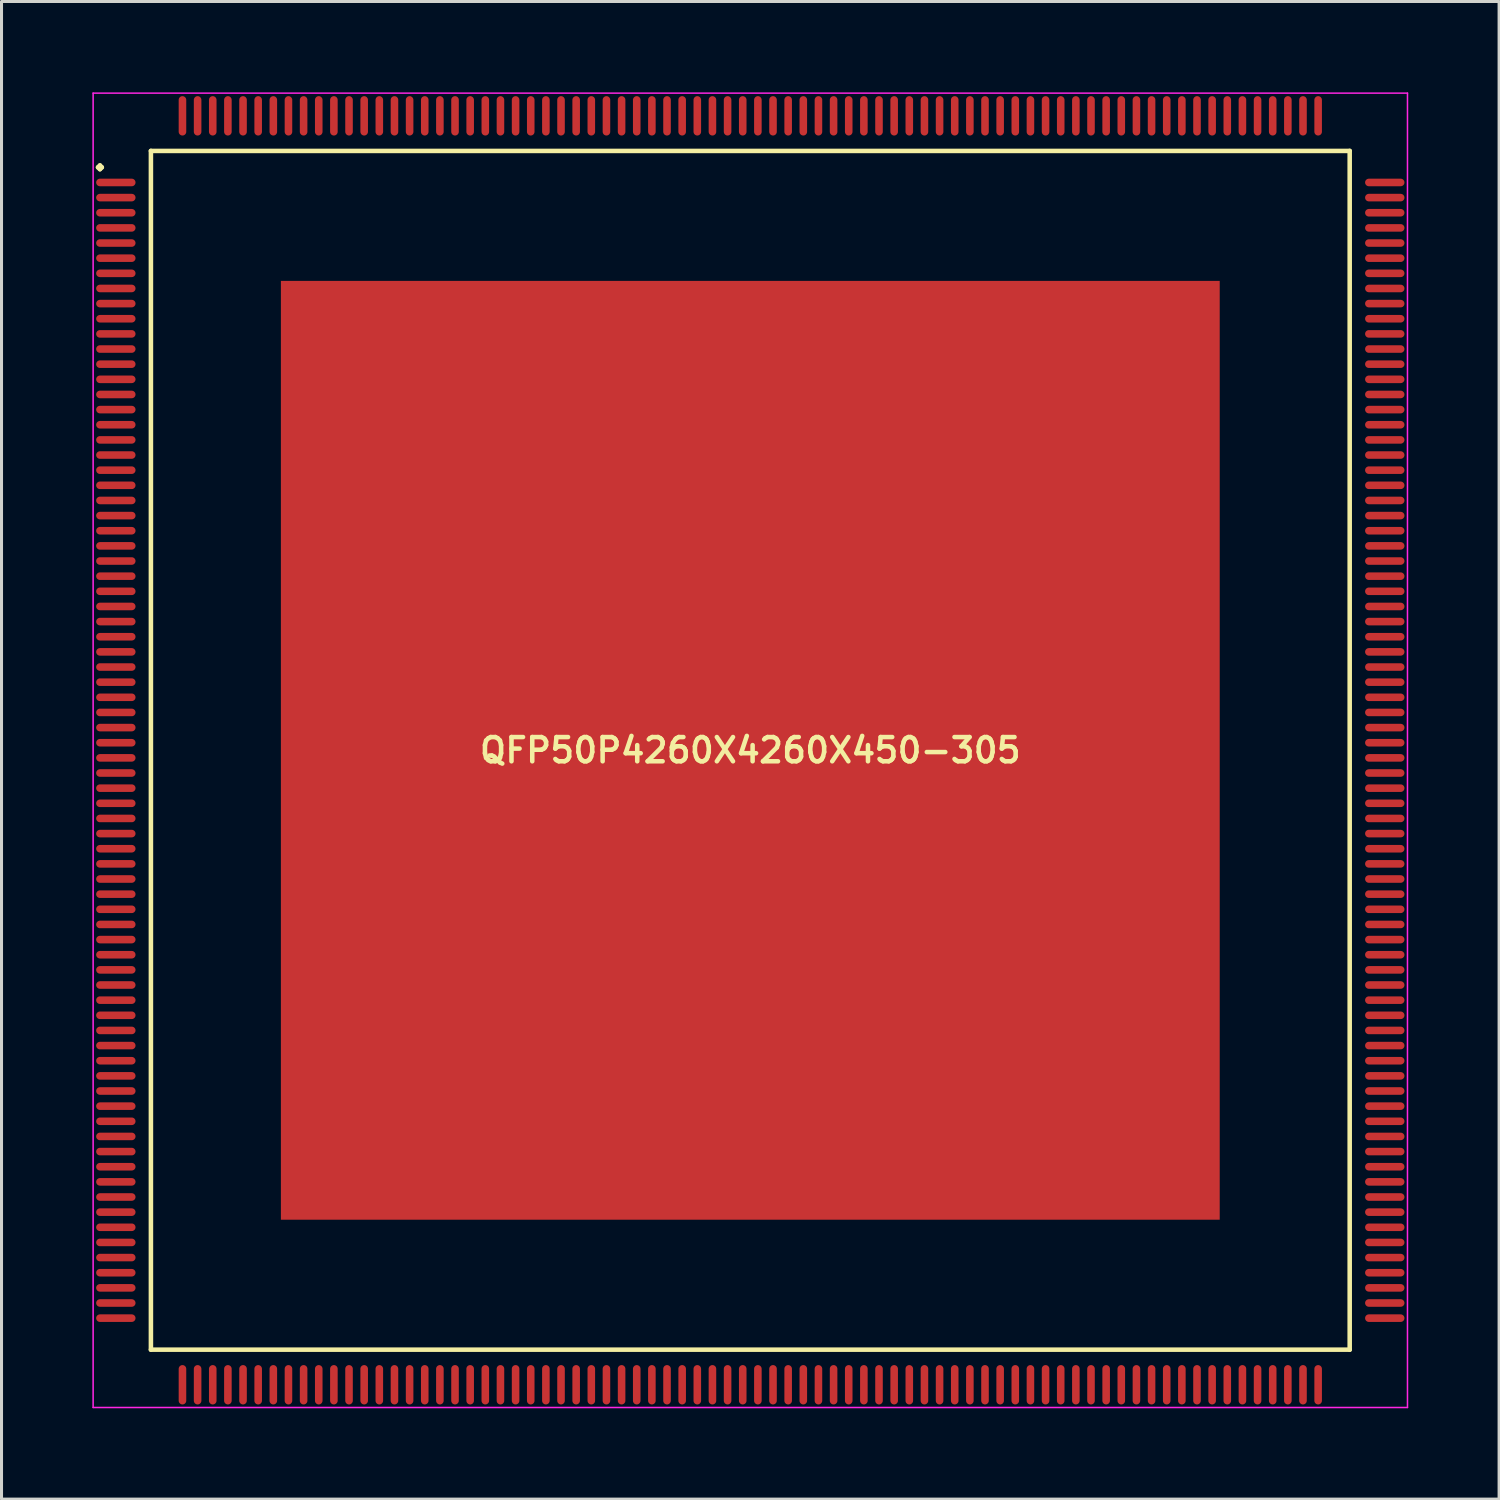
<source format=kicad_pcb>
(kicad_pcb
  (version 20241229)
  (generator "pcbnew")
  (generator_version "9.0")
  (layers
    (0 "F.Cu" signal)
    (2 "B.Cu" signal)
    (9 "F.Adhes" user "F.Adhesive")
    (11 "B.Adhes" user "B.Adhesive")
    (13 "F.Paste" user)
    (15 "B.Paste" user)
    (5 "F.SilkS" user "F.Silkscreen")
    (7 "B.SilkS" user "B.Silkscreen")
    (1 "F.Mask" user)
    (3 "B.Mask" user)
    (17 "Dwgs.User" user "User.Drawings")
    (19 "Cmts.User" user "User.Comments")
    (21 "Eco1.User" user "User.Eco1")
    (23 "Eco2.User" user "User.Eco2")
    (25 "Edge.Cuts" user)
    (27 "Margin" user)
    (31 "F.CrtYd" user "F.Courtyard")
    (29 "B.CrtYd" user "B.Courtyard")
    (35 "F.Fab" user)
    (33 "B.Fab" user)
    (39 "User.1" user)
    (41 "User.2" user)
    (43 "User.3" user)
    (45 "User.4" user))
  (footprint "QFP50P4260X4260X450-305"
    (layer "F.Cu")
    (at 21.725 21.725)
    (property "Reference" "QFP50P4260X4260X450-305" (at 0 0 0) (layer "F.SilkS") (effects (font (size 0.8 0.8) (thickness 0.15))))
    (attr smd)
    (fp_line (start -21.538 -19.25) (end -21.475 -19.312) (stroke (width 0.15) (type solid)) (layer "F.SilkS"))
    (fp_line (start -21.475 -19.312) (end -21.413 -19.25) (stroke (width 0.15) (type solid)) (layer "F.SilkS"))
    (fp_line (start -21.475 -19.188) (end -21.538 -19.25) (stroke (width 0.15) (type solid)) (layer "F.SilkS"))
    (fp_line (start -21.413 -19.25) (end -21.475 -19.188) (stroke (width 0.15) (type solid)) (layer "F.SilkS"))
    (fp_line (start -19.792 -19.792) (end -19.792 19.792) (stroke (width 0.15) (type solid)) (layer "F.SilkS"))
    (fp_line (start -19.792 19.792) (end 19.792 19.792) (stroke (width 0.15) (type solid)) (layer "F.SilkS"))
    (fp_line (start 19.792 -19.792) (end -19.792 -19.792) (stroke (width 0.15) (type solid)) (layer "F.SilkS"))
    (fp_line (start 19.792 19.792) (end 19.792 -19.792) (stroke (width 0.15) (type solid)) (layer "F.SilkS"))
    (fp_line (start -21.7 -21.7) (end 21.7 -21.7) (stroke (width 0.05) (type solid)) (layer "F.CrtYd"))
    (fp_line (start -21.7 21.7) (end -21.7 -21.7) (stroke (width 0.05) (type solid)) (layer "F.CrtYd"))
    (fp_line (start 21.7 -21.7) (end 21.7 21.7) (stroke (width 0.05) (type solid)) (layer "F.CrtYd"))
    (fp_line (start 21.7 21.7) (end -21.7 21.7) (stroke (width 0.05) (type solid)) (layer "F.CrtYd"))
    (pad "1" smd oval (at -20.95 -18.75) (size 1.3 0.25) (layers "F.Cu" "F.Mask" "F.Paste"))
    (pad "2" smd oval (at -20.95 -18.25) (size 1.3 0.25) (layers "F.Cu" "F.Mask" "F.Paste"))
    (pad "3" smd oval (at -20.95 -17.75) (size 1.3 0.25) (layers "F.Cu" "F.Mask" "F.Paste"))
    (pad "4" smd oval (at -20.95 -17.25) (size 1.3 0.25) (layers "F.Cu" "F.Mask" "F.Paste"))
    (pad "5" smd oval (at -20.95 -16.75) (size 1.3 0.25) (layers "F.Cu" "F.Mask" "F.Paste"))
    (pad "6" smd oval (at -20.95 -16.25) (size 1.3 0.25) (layers "F.Cu" "F.Mask" "F.Paste"))
    (pad "7" smd oval (at -20.95 -15.75) (size 1.3 0.25) (layers "F.Cu" "F.Mask" "F.Paste"))
    (pad "8" smd oval (at -20.95 -15.25) (size 1.3 0.25) (layers "F.Cu" "F.Mask" "F.Paste"))
    (pad "9" smd oval (at -20.95 -14.75) (size 1.3 0.25) (layers "F.Cu" "F.Mask" "F.Paste"))
    (pad "10" smd oval (at -20.95 -14.25) (size 1.3 0.25) (layers "F.Cu" "F.Mask" "F.Paste"))
    (pad "11" smd oval (at -20.95 -13.75) (size 1.3 0.25) (layers "F.Cu" "F.Mask" "F.Paste"))
    (pad "12" smd oval (at -20.95 -13.25) (size 1.3 0.25) (layers "F.Cu" "F.Mask" "F.Paste"))
    (pad "13" smd oval (at -20.95 -12.75) (size 1.3 0.25) (layers "F.Cu" "F.Mask" "F.Paste"))
    (pad "14" smd oval (at -20.95 -12.25) (size 1.3 0.25) (layers "F.Cu" "F.Mask" "F.Paste"))
    (pad "15" smd oval (at -20.95 -11.75) (size 1.3 0.25) (layers "F.Cu" "F.Mask" "F.Paste"))
    (pad "16" smd oval (at -20.95 -11.25) (size 1.3 0.25) (layers "F.Cu" "F.Mask" "F.Paste"))
    (pad "17" smd oval (at -20.95 -10.75) (size 1.3 0.25) (layers "F.Cu" "F.Mask" "F.Paste"))
    (pad "18" smd oval (at -20.95 -10.25) (size 1.3 0.25) (layers "F.Cu" "F.Mask" "F.Paste"))
    (pad "19" smd oval (at -20.95 -9.75) (size 1.3 0.25) (layers "F.Cu" "F.Mask" "F.Paste"))
    (pad "20" smd oval (at -20.95 -9.25) (size 1.3 0.25) (layers "F.Cu" "F.Mask" "F.Paste"))
    (pad "21" smd oval (at -20.95 -8.75) (size 1.3 0.25) (layers "F.Cu" "F.Mask" "F.Paste"))
    (pad "22" smd oval (at -20.95 -8.25) (size 1.3 0.25) (layers "F.Cu" "F.Mask" "F.Paste"))
    (pad "23" smd oval (at -20.95 -7.75) (size 1.3 0.25) (layers "F.Cu" "F.Mask" "F.Paste"))
    (pad "24" smd oval (at -20.95 -7.25) (size 1.3 0.25) (layers "F.Cu" "F.Mask" "F.Paste"))
    (pad "25" smd oval (at -20.95 -6.75) (size 1.3 0.25) (layers "F.Cu" "F.Mask" "F.Paste"))
    (pad "26" smd oval (at -20.95 -6.25) (size 1.3 0.25) (layers "F.Cu" "F.Mask" "F.Paste"))
    (pad "27" smd oval (at -20.95 -5.75) (size 1.3 0.25) (layers "F.Cu" "F.Mask" "F.Paste"))
    (pad "28" smd oval (at -20.95 -5.25) (size 1.3 0.25) (layers "F.Cu" "F.Mask" "F.Paste"))
    (pad "29" smd oval (at -20.95 -4.75) (size 1.3 0.25) (layers "F.Cu" "F.Mask" "F.Paste"))
    (pad "30" smd oval (at -20.95 -4.25) (size 1.3 0.25) (layers "F.Cu" "F.Mask" "F.Paste"))
    (pad "31" smd oval (at -20.95 -3.75) (size 1.3 0.25) (layers "F.Cu" "F.Mask" "F.Paste"))
    (pad "32" smd oval (at -20.95 -3.25) (size 1.3 0.25) (layers "F.Cu" "F.Mask" "F.Paste"))
    (pad "33" smd oval (at -20.95 -2.75) (size 1.3 0.25) (layers "F.Cu" "F.Mask" "F.Paste"))
    (pad "34" smd oval (at -20.95 -2.25) (size 1.3 0.25) (layers "F.Cu" "F.Mask" "F.Paste"))
    (pad "35" smd oval (at -20.95 -1.75) (size 1.3 0.25) (layers "F.Cu" "F.Mask" "F.Paste"))
    (pad "36" smd oval (at -20.95 -1.25) (size 1.3 0.25) (layers "F.Cu" "F.Mask" "F.Paste"))
    (pad "37" smd oval (at -20.95 -0.75) (size 1.3 0.25) (layers "F.Cu" "F.Mask" "F.Paste"))
    (pad "38" smd oval (at -20.95 -0.25) (size 1.3 0.25) (layers "F.Cu" "F.Mask" "F.Paste"))
    (pad "39" smd oval (at -20.95 0.25) (size 1.3 0.25) (layers "F.Cu" "F.Mask" "F.Paste"))
    (pad "40" smd oval (at -20.95 0.75) (size 1.3 0.25) (layers "F.Cu" "F.Mask" "F.Paste"))
    (pad "41" smd oval (at -20.95 1.25) (size 1.3 0.25) (layers "F.Cu" "F.Mask" "F.Paste"))
    (pad "42" smd oval (at -20.95 1.75) (size 1.3 0.25) (layers "F.Cu" "F.Mask" "F.Paste"))
    (pad "43" smd oval (at -20.95 2.25) (size 1.3 0.25) (layers "F.Cu" "F.Mask" "F.Paste"))
    (pad "44" smd oval (at -20.95 2.75) (size 1.3 0.25) (layers "F.Cu" "F.Mask" "F.Paste"))
    (pad "45" smd oval (at -20.95 3.25) (size 1.3 0.25) (layers "F.Cu" "F.Mask" "F.Paste"))
    (pad "46" smd oval (at -20.95 3.75) (size 1.3 0.25) (layers "F.Cu" "F.Mask" "F.Paste"))
    (pad "47" smd oval (at -20.95 4.25) (size 1.3 0.25) (layers "F.Cu" "F.Mask" "F.Paste"))
    (pad "48" smd oval (at -20.95 4.75) (size 1.3 0.25) (layers "F.Cu" "F.Mask" "F.Paste"))
    (pad "49" smd oval (at -20.95 5.25) (size 1.3 0.25) (layers "F.Cu" "F.Mask" "F.Paste"))
    (pad "50" smd oval (at -20.95 5.75) (size 1.3 0.25) (layers "F.Cu" "F.Mask" "F.Paste"))
    (pad "51" smd oval (at -20.95 6.25) (size 1.3 0.25) (layers "F.Cu" "F.Mask" "F.Paste"))
    (pad "52" smd oval (at -20.95 6.75) (size 1.3 0.25) (layers "F.Cu" "F.Mask" "F.Paste"))
    (pad "53" smd oval (at -20.95 7.25) (size 1.3 0.25) (layers "F.Cu" "F.Mask" "F.Paste"))
    (pad "54" smd oval (at -20.95 7.75) (size 1.3 0.25) (layers "F.Cu" "F.Mask" "F.Paste"))
    (pad "55" smd oval (at -20.95 8.25) (size 1.3 0.25) (layers "F.Cu" "F.Mask" "F.Paste"))
    (pad "56" smd oval (at -20.95 8.75) (size 1.3 0.25) (layers "F.Cu" "F.Mask" "F.Paste"))
    (pad "57" smd oval (at -20.95 9.25) (size 1.3 0.25) (layers "F.Cu" "F.Mask" "F.Paste"))
    (pad "58" smd oval (at -20.95 9.75) (size 1.3 0.25) (layers "F.Cu" "F.Mask" "F.Paste"))
    (pad "59" smd oval (at -20.95 10.25) (size 1.3 0.25) (layers "F.Cu" "F.Mask" "F.Paste"))
    (pad "60" smd oval (at -20.95 10.75) (size 1.3 0.25) (layers "F.Cu" "F.Mask" "F.Paste"))
    (pad "61" smd oval (at -20.95 11.25) (size 1.3 0.25) (layers "F.Cu" "F.Mask" "F.Paste"))
    (pad "62" smd oval (at -20.95 11.75) (size 1.3 0.25) (layers "F.Cu" "F.Mask" "F.Paste"))
    (pad "63" smd oval (at -20.95 12.25) (size 1.3 0.25) (layers "F.Cu" "F.Mask" "F.Paste"))
    (pad "64" smd oval (at -20.95 12.75) (size 1.3 0.25) (layers "F.Cu" "F.Mask" "F.Paste"))
    (pad "65" smd oval (at -20.95 13.25) (size 1.3 0.25) (layers "F.Cu" "F.Mask" "F.Paste"))
    (pad "66" smd oval (at -20.95 13.75) (size 1.3 0.25) (layers "F.Cu" "F.Mask" "F.Paste"))
    (pad "67" smd oval (at -20.95 14.25) (size 1.3 0.25) (layers "F.Cu" "F.Mask" "F.Paste"))
    (pad "68" smd oval (at -20.95 14.75) (size 1.3 0.25) (layers "F.Cu" "F.Mask" "F.Paste"))
    (pad "69" smd oval (at -20.95 15.25) (size 1.3 0.25) (layers "F.Cu" "F.Mask" "F.Paste"))
    (pad "70" smd oval (at -20.95 15.75) (size 1.3 0.25) (layers "F.Cu" "F.Mask" "F.Paste"))
    (pad "71" smd oval (at -20.95 16.25) (size 1.3 0.25) (layers "F.Cu" "F.Mask" "F.Paste"))
    (pad "72" smd oval (at -20.95 16.75) (size 1.3 0.25) (layers "F.Cu" "F.Mask" "F.Paste"))
    (pad "73" smd oval (at -20.95 17.25) (size 1.3 0.25) (layers "F.Cu" "F.Mask" "F.Paste"))
    (pad "74" smd oval (at -20.95 17.75) (size 1.3 0.25) (layers "F.Cu" "F.Mask" "F.Paste"))
    (pad "75" smd oval (at -20.95 18.25) (size 1.3 0.25) (layers "F.Cu" "F.Mask" "F.Paste"))
    (pad "76" smd oval (at -20.95 18.75) (size 1.3 0.25) (layers "F.Cu" "F.Mask" "F.Paste"))
    (pad "77" smd oval (at -18.75 20.95) (size 0.25 1.3) (layers "F.Cu" "F.Mask" "F.Paste"))
    (pad "78" smd oval (at -18.25 20.95) (size 0.25 1.3) (layers "F.Cu" "F.Mask" "F.Paste"))
    (pad "79" smd oval (at -17.75 20.95) (size 0.25 1.3) (layers "F.Cu" "F.Mask" "F.Paste"))
    (pad "80" smd oval (at -17.25 20.95) (size 0.25 1.3) (layers "F.Cu" "F.Mask" "F.Paste"))
    (pad "81" smd oval (at -16.75 20.95) (size 0.25 1.3) (layers "F.Cu" "F.Mask" "F.Paste"))
    (pad "82" smd oval (at -16.25 20.95) (size 0.25 1.3) (layers "F.Cu" "F.Mask" "F.Paste"))
    (pad "83" smd oval (at -15.75 20.95) (size 0.25 1.3) (layers "F.Cu" "F.Mask" "F.Paste"))
    (pad "84" smd oval (at -15.25 20.95) (size 0.25 1.3) (layers "F.Cu" "F.Mask" "F.Paste"))
    (pad "85" smd oval (at -14.75 20.95) (size 0.25 1.3) (layers "F.Cu" "F.Mask" "F.Paste"))
    (pad "86" smd oval (at -14.25 20.95) (size 0.25 1.3) (layers "F.Cu" "F.Mask" "F.Paste"))
    (pad "87" smd oval (at -13.75 20.95) (size 0.25 1.3) (layers "F.Cu" "F.Mask" "F.Paste"))
    (pad "88" smd oval (at -13.25 20.95) (size 0.25 1.3) (layers "F.Cu" "F.Mask" "F.Paste"))
    (pad "89" smd oval (at -12.75 20.95) (size 0.25 1.3) (layers "F.Cu" "F.Mask" "F.Paste"))
    (pad "90" smd oval (at -12.25 20.95) (size 0.25 1.3) (layers "F.Cu" "F.Mask" "F.Paste"))
    (pad "91" smd oval (at -11.75 20.95) (size 0.25 1.3) (layers "F.Cu" "F.Mask" "F.Paste"))
    (pad "92" smd oval (at -11.25 20.95) (size 0.25 1.3) (layers "F.Cu" "F.Mask" "F.Paste"))
    (pad "93" smd oval (at -10.75 20.95) (size 0.25 1.3) (layers "F.Cu" "F.Mask" "F.Paste"))
    (pad "94" smd oval (at -10.25 20.95) (size 0.25 1.3) (layers "F.Cu" "F.Mask" "F.Paste"))
    (pad "95" smd oval (at -9.75 20.95) (size 0.25 1.3) (layers "F.Cu" "F.Mask" "F.Paste"))
    (pad "96" smd oval (at -9.25 20.95) (size 0.25 1.3) (layers "F.Cu" "F.Mask" "F.Paste"))
    (pad "97" smd oval (at -8.75 20.95) (size 0.25 1.3) (layers "F.Cu" "F.Mask" "F.Paste"))
    (pad "98" smd oval (at -8.25 20.95) (size 0.25 1.3) (layers "F.Cu" "F.Mask" "F.Paste"))
    (pad "99" smd oval (at -7.75 20.95) (size 0.25 1.3) (layers "F.Cu" "F.Mask" "F.Paste"))
    (pad "100" smd oval (at -7.25 20.95) (size 0.25 1.3) (layers "F.Cu" "F.Mask" "F.Paste"))
    (pad "101" smd oval (at -6.75 20.95) (size 0.25 1.3) (layers "F.Cu" "F.Mask" "F.Paste"))
    (pad "102" smd oval (at -6.25 20.95) (size 0.25 1.3) (layers "F.Cu" "F.Mask" "F.Paste"))
    (pad "103" smd oval (at -5.75 20.95) (size 0.25 1.3) (layers "F.Cu" "F.Mask" "F.Paste"))
    (pad "104" smd oval (at -5.25 20.95) (size 0.25 1.3) (layers "F.Cu" "F.Mask" "F.Paste"))
    (pad "105" smd oval (at -4.75 20.95) (size 0.25 1.3) (layers "F.Cu" "F.Mask" "F.Paste"))
    (pad "106" smd oval (at -4.25 20.95) (size 0.25 1.3) (layers "F.Cu" "F.Mask" "F.Paste"))
    (pad "107" smd oval (at -3.75 20.95) (size 0.25 1.3) (layers "F.Cu" "F.Mask" "F.Paste"))
    (pad "108" smd oval (at -3.25 20.95) (size 0.25 1.3) (layers "F.Cu" "F.Mask" "F.Paste"))
    (pad "109" smd oval (at -2.75 20.95) (size 0.25 1.3) (layers "F.Cu" "F.Mask" "F.Paste"))
    (pad "110" smd oval (at -2.25 20.95) (size 0.25 1.3) (layers "F.Cu" "F.Mask" "F.Paste"))
    (pad "111" smd oval (at -1.75 20.95) (size 0.25 1.3) (layers "F.Cu" "F.Mask" "F.Paste"))
    (pad "112" smd oval (at -1.25 20.95) (size 0.25 1.3) (layers "F.Cu" "F.Mask" "F.Paste"))
    (pad "113" smd oval (at -0.75 20.95) (size 0.25 1.3) (layers "F.Cu" "F.Mask" "F.Paste"))
    (pad "114" smd oval (at -0.25 20.95) (size 0.25 1.3) (layers "F.Cu" "F.Mask" "F.Paste"))
    (pad "115" smd oval (at 0.25 20.95) (size 0.25 1.3) (layers "F.Cu" "F.Mask" "F.Paste"))
    (pad "116" smd oval (at 0.75 20.95) (size 0.25 1.3) (layers "F.Cu" "F.Mask" "F.Paste"))
    (pad "117" smd oval (at 1.25 20.95) (size 0.25 1.3) (layers "F.Cu" "F.Mask" "F.Paste"))
    (pad "118" smd oval (at 1.75 20.95) (size 0.25 1.3) (layers "F.Cu" "F.Mask" "F.Paste"))
    (pad "119" smd oval (at 2.25 20.95) (size 0.25 1.3) (layers "F.Cu" "F.Mask" "F.Paste"))
    (pad "120" smd oval (at 2.75 20.95) (size 0.25 1.3) (layers "F.Cu" "F.Mask" "F.Paste"))
    (pad "121" smd oval (at 3.25 20.95) (size 0.25 1.3) (layers "F.Cu" "F.Mask" "F.Paste"))
    (pad "122" smd oval (at 3.75 20.95) (size 0.25 1.3) (layers "F.Cu" "F.Mask" "F.Paste"))
    (pad "123" smd oval (at 4.25 20.95) (size 0.25 1.3) (layers "F.Cu" "F.Mask" "F.Paste"))
    (pad "124" smd oval (at 4.75 20.95) (size 0.25 1.3) (layers "F.Cu" "F.Mask" "F.Paste"))
    (pad "125" smd oval (at 5.25 20.95) (size 0.25 1.3) (layers "F.Cu" "F.Mask" "F.Paste"))
    (pad "126" smd oval (at 5.75 20.95) (size 0.25 1.3) (layers "F.Cu" "F.Mask" "F.Paste"))
    (pad "127" smd oval (at 6.25 20.95) (size 0.25 1.3) (layers "F.Cu" "F.Mask" "F.Paste"))
    (pad "128" smd oval (at 6.75 20.95) (size 0.25 1.3) (layers "F.Cu" "F.Mask" "F.Paste"))
    (pad "129" smd oval (at 7.25 20.95) (size 0.25 1.3) (layers "F.Cu" "F.Mask" "F.Paste"))
    (pad "130" smd oval (at 7.75 20.95) (size 0.25 1.3) (layers "F.Cu" "F.Mask" "F.Paste"))
    (pad "131" smd oval (at 8.25 20.95) (size 0.25 1.3) (layers "F.Cu" "F.Mask" "F.Paste"))
    (pad "132" smd oval (at 8.75 20.95) (size 0.25 1.3) (layers "F.Cu" "F.Mask" "F.Paste"))
    (pad "133" smd oval (at 9.25 20.95) (size 0.25 1.3) (layers "F.Cu" "F.Mask" "F.Paste"))
    (pad "134" smd oval (at 9.75 20.95) (size 0.25 1.3) (layers "F.Cu" "F.Mask" "F.Paste"))
    (pad "135" smd oval (at 10.25 20.95) (size 0.25 1.3) (layers "F.Cu" "F.Mask" "F.Paste"))
    (pad "136" smd oval (at 10.75 20.95) (size 0.25 1.3) (layers "F.Cu" "F.Mask" "F.Paste"))
    (pad "137" smd oval (at 11.25 20.95) (size 0.25 1.3) (layers "F.Cu" "F.Mask" "F.Paste"))
    (pad "138" smd oval (at 11.75 20.95) (size 0.25 1.3) (layers "F.Cu" "F.Mask" "F.Paste"))
    (pad "139" smd oval (at 12.25 20.95) (size 0.25 1.3) (layers "F.Cu" "F.Mask" "F.Paste"))
    (pad "140" smd oval (at 12.75 20.95) (size 0.25 1.3) (layers "F.Cu" "F.Mask" "F.Paste"))
    (pad "141" smd oval (at 13.25 20.95) (size 0.25 1.3) (layers "F.Cu" "F.Mask" "F.Paste"))
    (pad "142" smd oval (at 13.75 20.95) (size 0.25 1.3) (layers "F.Cu" "F.Mask" "F.Paste"))
    (pad "143" smd oval (at 14.25 20.95) (size 0.25 1.3) (layers "F.Cu" "F.Mask" "F.Paste"))
    (pad "144" smd oval (at 14.75 20.95) (size 0.25 1.3) (layers "F.Cu" "F.Mask" "F.Paste"))
    (pad "145" smd oval (at 15.25 20.95) (size 0.25 1.3) (layers "F.Cu" "F.Mask" "F.Paste"))
    (pad "146" smd oval (at 15.75 20.95) (size 0.25 1.3) (layers "F.Cu" "F.Mask" "F.Paste"))
    (pad "147" smd oval (at 16.25 20.95) (size 0.25 1.3) (layers "F.Cu" "F.Mask" "F.Paste"))
    (pad "148" smd oval (at 16.75 20.95) (size 0.25 1.3) (layers "F.Cu" "F.Mask" "F.Paste"))
    (pad "149" smd oval (at 17.25 20.95) (size 0.25 1.3) (layers "F.Cu" "F.Mask" "F.Paste"))
    (pad "150" smd oval (at 17.75 20.95) (size 0.25 1.3) (layers "F.Cu" "F.Mask" "F.Paste"))
    (pad "151" smd oval (at 18.25 20.95) (size 0.25 1.3) (layers "F.Cu" "F.Mask" "F.Paste"))
    (pad "152" smd oval (at 18.75 20.95) (size 0.25 1.3) (layers "F.Cu" "F.Mask" "F.Paste"))
    (pad "153" smd oval (at 20.95 18.75) (size 1.3 0.25) (layers "F.Cu" "F.Mask" "F.Paste"))
    (pad "154" smd oval (at 20.95 18.25) (size 1.3 0.25) (layers "F.Cu" "F.Mask" "F.Paste"))
    (pad "155" smd oval (at 20.95 17.75) (size 1.3 0.25) (layers "F.Cu" "F.Mask" "F.Paste"))
    (pad "156" smd oval (at 20.95 17.25) (size 1.3 0.25) (layers "F.Cu" "F.Mask" "F.Paste"))
    (pad "157" smd oval (at 20.95 16.75) (size 1.3 0.25) (layers "F.Cu" "F.Mask" "F.Paste"))
    (pad "158" smd oval (at 20.95 16.25) (size 1.3 0.25) (layers "F.Cu" "F.Mask" "F.Paste"))
    (pad "159" smd oval (at 20.95 15.75) (size 1.3 0.25) (layers "F.Cu" "F.Mask" "F.Paste"))
    (pad "160" smd oval (at 20.95 15.25) (size 1.3 0.25) (layers "F.Cu" "F.Mask" "F.Paste"))
    (pad "161" smd oval (at 20.95 14.75) (size 1.3 0.25) (layers "F.Cu" "F.Mask" "F.Paste"))
    (pad "162" smd oval (at 20.95 14.25) (size 1.3 0.25) (layers "F.Cu" "F.Mask" "F.Paste"))
    (pad "163" smd oval (at 20.95 13.75) (size 1.3 0.25) (layers "F.Cu" "F.Mask" "F.Paste"))
    (pad "164" smd oval (at 20.95 13.25) (size 1.3 0.25) (layers "F.Cu" "F.Mask" "F.Paste"))
    (pad "165" smd oval (at 20.95 12.75) (size 1.3 0.25) (layers "F.Cu" "F.Mask" "F.Paste"))
    (pad "166" smd oval (at 20.95 12.25) (size 1.3 0.25) (layers "F.Cu" "F.Mask" "F.Paste"))
    (pad "167" smd oval (at 20.95 11.75) (size 1.3 0.25) (layers "F.Cu" "F.Mask" "F.Paste"))
    (pad "168" smd oval (at 20.95 11.25) (size 1.3 0.25) (layers "F.Cu" "F.Mask" "F.Paste"))
    (pad "169" smd oval (at 20.95 10.75) (size 1.3 0.25) (layers "F.Cu" "F.Mask" "F.Paste"))
    (pad "170" smd oval (at 20.95 10.25) (size 1.3 0.25) (layers "F.Cu" "F.Mask" "F.Paste"))
    (pad "171" smd oval (at 20.95 9.75) (size 1.3 0.25) (layers "F.Cu" "F.Mask" "F.Paste"))
    (pad "172" smd oval (at 20.95 9.25) (size 1.3 0.25) (layers "F.Cu" "F.Mask" "F.Paste"))
    (pad "173" smd oval (at 20.95 8.75) (size 1.3 0.25) (layers "F.Cu" "F.Mask" "F.Paste"))
    (pad "174" smd oval (at 20.95 8.25) (size 1.3 0.25) (layers "F.Cu" "F.Mask" "F.Paste"))
    (pad "175" smd oval (at 20.95 7.75) (size 1.3 0.25) (layers "F.Cu" "F.Mask" "F.Paste"))
    (pad "176" smd oval (at 20.95 7.25) (size 1.3 0.25) (layers "F.Cu" "F.Mask" "F.Paste"))
    (pad "177" smd oval (at 20.95 6.75) (size 1.3 0.25) (layers "F.Cu" "F.Mask" "F.Paste"))
    (pad "178" smd oval (at 20.95 6.25) (size 1.3 0.25) (layers "F.Cu" "F.Mask" "F.Paste"))
    (pad "179" smd oval (at 20.95 5.75) (size 1.3 0.25) (layers "F.Cu" "F.Mask" "F.Paste"))
    (pad "180" smd oval (at 20.95 5.25) (size 1.3 0.25) (layers "F.Cu" "F.Mask" "F.Paste"))
    (pad "181" smd oval (at 20.95 4.75) (size 1.3 0.25) (layers "F.Cu" "F.Mask" "F.Paste"))
    (pad "182" smd oval (at 20.95 4.25) (size 1.3 0.25) (layers "F.Cu" "F.Mask" "F.Paste"))
    (pad "183" smd oval (at 20.95 3.75) (size 1.3 0.25) (layers "F.Cu" "F.Mask" "F.Paste"))
    (pad "184" smd oval (at 20.95 3.25) (size 1.3 0.25) (layers "F.Cu" "F.Mask" "F.Paste"))
    (pad "185" smd oval (at 20.95 2.75) (size 1.3 0.25) (layers "F.Cu" "F.Mask" "F.Paste"))
    (pad "186" smd oval (at 20.95 2.25) (size 1.3 0.25) (layers "F.Cu" "F.Mask" "F.Paste"))
    (pad "187" smd oval (at 20.95 1.75) (size 1.3 0.25) (layers "F.Cu" "F.Mask" "F.Paste"))
    (pad "188" smd oval (at 20.95 1.25) (size 1.3 0.25) (layers "F.Cu" "F.Mask" "F.Paste"))
    (pad "189" smd oval (at 20.95 0.75) (size 1.3 0.25) (layers "F.Cu" "F.Mask" "F.Paste"))
    (pad "190" smd oval (at 20.95 0.25) (size 1.3 0.25) (layers "F.Cu" "F.Mask" "F.Paste"))
    (pad "191" smd oval (at 20.95 -0.25) (size 1.3 0.25) (layers "F.Cu" "F.Mask" "F.Paste"))
    (pad "192" smd oval (at 20.95 -0.75) (size 1.3 0.25) (layers "F.Cu" "F.Mask" "F.Paste"))
    (pad "193" smd oval (at 20.95 -1.25) (size 1.3 0.25) (layers "F.Cu" "F.Mask" "F.Paste"))
    (pad "194" smd oval (at 20.95 -1.75) (size 1.3 0.25) (layers "F.Cu" "F.Mask" "F.Paste"))
    (pad "195" smd oval (at 20.95 -2.25) (size 1.3 0.25) (layers "F.Cu" "F.Mask" "F.Paste"))
    (pad "196" smd oval (at 20.95 -2.75) (size 1.3 0.25) (layers "F.Cu" "F.Mask" "F.Paste"))
    (pad "197" smd oval (at 20.95 -3.25) (size 1.3 0.25) (layers "F.Cu" "F.Mask" "F.Paste"))
    (pad "198" smd oval (at 20.95 -3.75) (size 1.3 0.25) (layers "F.Cu" "F.Mask" "F.Paste"))
    (pad "199" smd oval (at 20.95 -4.25) (size 1.3 0.25) (layers "F.Cu" "F.Mask" "F.Paste"))
    (pad "200" smd oval (at 20.95 -4.75) (size 1.3 0.25) (layers "F.Cu" "F.Mask" "F.Paste"))
    (pad "201" smd oval (at 20.95 -5.25) (size 1.3 0.25) (layers "F.Cu" "F.Mask" "F.Paste"))
    (pad "202" smd oval (at 20.95 -5.75) (size 1.3 0.25) (layers "F.Cu" "F.Mask" "F.Paste"))
    (pad "203" smd oval (at 20.95 -6.25) (size 1.3 0.25) (layers "F.Cu" "F.Mask" "F.Paste"))
    (pad "204" smd oval (at 20.95 -6.75) (size 1.3 0.25) (layers "F.Cu" "F.Mask" "F.Paste"))
    (pad "205" smd oval (at 20.95 -7.25) (size 1.3 0.25) (layers "F.Cu" "F.Mask" "F.Paste"))
    (pad "206" smd oval (at 20.95 -7.75) (size 1.3 0.25) (layers "F.Cu" "F.Mask" "F.Paste"))
    (pad "207" smd oval (at 20.95 -8.25) (size 1.3 0.25) (layers "F.Cu" "F.Mask" "F.Paste"))
    (pad "208" smd oval (at 20.95 -8.75) (size 1.3 0.25) (layers "F.Cu" "F.Mask" "F.Paste"))
    (pad "209" smd oval (at 20.95 -9.25) (size 1.3 0.25) (layers "F.Cu" "F.Mask" "F.Paste"))
    (pad "210" smd oval (at 20.95 -9.75) (size 1.3 0.25) (layers "F.Cu" "F.Mask" "F.Paste"))
    (pad "211" smd oval (at 20.95 -10.25) (size 1.3 0.25) (layers "F.Cu" "F.Mask" "F.Paste"))
    (pad "212" smd oval (at 20.95 -10.75) (size 1.3 0.25) (layers "F.Cu" "F.Mask" "F.Paste"))
    (pad "213" smd oval (at 20.95 -11.25) (size 1.3 0.25) (layers "F.Cu" "F.Mask" "F.Paste"))
    (pad "214" smd oval (at 20.95 -11.75) (size 1.3 0.25) (layers "F.Cu" "F.Mask" "F.Paste"))
    (pad "215" smd oval (at 20.95 -12.25) (size 1.3 0.25) (layers "F.Cu" "F.Mask" "F.Paste"))
    (pad "216" smd oval (at 20.95 -12.75) (size 1.3 0.25) (layers "F.Cu" "F.Mask" "F.Paste"))
    (pad "217" smd oval (at 20.95 -13.25) (size 1.3 0.25) (layers "F.Cu" "F.Mask" "F.Paste"))
    (pad "218" smd oval (at 20.95 -13.75) (size 1.3 0.25) (layers "F.Cu" "F.Mask" "F.Paste"))
    (pad "219" smd oval (at 20.95 -14.25) (size 1.3 0.25) (layers "F.Cu" "F.Mask" "F.Paste"))
    (pad "220" smd oval (at 20.95 -14.75) (size 1.3 0.25) (layers "F.Cu" "F.Mask" "F.Paste"))
    (pad "221" smd oval (at 20.95 -15.25) (size 1.3 0.25) (layers "F.Cu" "F.Mask" "F.Paste"))
    (pad "222" smd oval (at 20.95 -15.75) (size 1.3 0.25) (layers "F.Cu" "F.Mask" "F.Paste"))
    (pad "223" smd oval (at 20.95 -16.25) (size 1.3 0.25) (layers "F.Cu" "F.Mask" "F.Paste"))
    (pad "224" smd oval (at 20.95 -16.75) (size 1.3 0.25) (layers "F.Cu" "F.Mask" "F.Paste"))
    (pad "225" smd oval (at 20.95 -17.25) (size 1.3 0.25) (layers "F.Cu" "F.Mask" "F.Paste"))
    (pad "226" smd oval (at 20.95 -17.75) (size 1.3 0.25) (layers "F.Cu" "F.Mask" "F.Paste"))
    (pad "227" smd oval (at 20.95 -18.25) (size 1.3 0.25) (layers "F.Cu" "F.Mask" "F.Paste"))
    (pad "228" smd oval (at 20.95 -18.75) (size 1.3 0.25) (layers "F.Cu" "F.Mask" "F.Paste"))
    (pad "229" smd oval (at 18.75 -20.95) (size 0.25 1.3) (layers "F.Cu" "F.Mask" "F.Paste"))
    (pad "230" smd oval (at 18.25 -20.95) (size 0.25 1.3) (layers "F.Cu" "F.Mask" "F.Paste"))
    (pad "231" smd oval (at 17.75 -20.95) (size 0.25 1.3) (layers "F.Cu" "F.Mask" "F.Paste"))
    (pad "232" smd oval (at 17.25 -20.95) (size 0.25 1.3) (layers "F.Cu" "F.Mask" "F.Paste"))
    (pad "233" smd oval (at 16.75 -20.95) (size 0.25 1.3) (layers "F.Cu" "F.Mask" "F.Paste"))
    (pad "234" smd oval (at 16.25 -20.95) (size 0.25 1.3) (layers "F.Cu" "F.Mask" "F.Paste"))
    (pad "235" smd oval (at 15.75 -20.95) (size 0.25 1.3) (layers "F.Cu" "F.Mask" "F.Paste"))
    (pad "236" smd oval (at 15.25 -20.95) (size 0.25 1.3) (layers "F.Cu" "F.Mask" "F.Paste"))
    (pad "237" smd oval (at 14.75 -20.95) (size 0.25 1.3) (layers "F.Cu" "F.Mask" "F.Paste"))
    (pad "238" smd oval (at 14.25 -20.95) (size 0.25 1.3) (layers "F.Cu" "F.Mask" "F.Paste"))
    (pad "239" smd oval (at 13.75 -20.95) (size 0.25 1.3) (layers "F.Cu" "F.Mask" "F.Paste"))
    (pad "240" smd oval (at 13.25 -20.95) (size 0.25 1.3) (layers "F.Cu" "F.Mask" "F.Paste"))
    (pad "241" smd oval (at 12.75 -20.95) (size 0.25 1.3) (layers "F.Cu" "F.Mask" "F.Paste"))
    (pad "242" smd oval (at 12.25 -20.95) (size 0.25 1.3) (layers "F.Cu" "F.Mask" "F.Paste"))
    (pad "243" smd oval (at 11.75 -20.95) (size 0.25 1.3) (layers "F.Cu" "F.Mask" "F.Paste"))
    (pad "244" smd oval (at 11.25 -20.95) (size 0.25 1.3) (layers "F.Cu" "F.Mask" "F.Paste"))
    (pad "245" smd oval (at 10.75 -20.95) (size 0.25 1.3) (layers "F.Cu" "F.Mask" "F.Paste"))
    (pad "246" smd oval (at 10.25 -20.95) (size 0.25 1.3) (layers "F.Cu" "F.Mask" "F.Paste"))
    (pad "247" smd oval (at 9.75 -20.95) (size 0.25 1.3) (layers "F.Cu" "F.Mask" "F.Paste"))
    (pad "248" smd oval (at 9.25 -20.95) (size 0.25 1.3) (layers "F.Cu" "F.Mask" "F.Paste"))
    (pad "249" smd oval (at 8.75 -20.95) (size 0.25 1.3) (layers "F.Cu" "F.Mask" "F.Paste"))
    (pad "250" smd oval (at 8.25 -20.95) (size 0.25 1.3) (layers "F.Cu" "F.Mask" "F.Paste"))
    (pad "251" smd oval (at 7.75 -20.95) (size 0.25 1.3) (layers "F.Cu" "F.Mask" "F.Paste"))
    (pad "252" smd oval (at 7.25 -20.95) (size 0.25 1.3) (layers "F.Cu" "F.Mask" "F.Paste"))
    (pad "253" smd oval (at 6.75 -20.95) (size 0.25 1.3) (layers "F.Cu" "F.Mask" "F.Paste"))
    (pad "254" smd oval (at 6.25 -20.95) (size 0.25 1.3) (layers "F.Cu" "F.Mask" "F.Paste"))
    (pad "255" smd oval (at 5.75 -20.95) (size 0.25 1.3) (layers "F.Cu" "F.Mask" "F.Paste"))
    (pad "256" smd oval (at 5.25 -20.95) (size 0.25 1.3) (layers "F.Cu" "F.Mask" "F.Paste"))
    (pad "257" smd oval (at 4.75 -20.95) (size 0.25 1.3) (layers "F.Cu" "F.Mask" "F.Paste"))
    (pad "258" smd oval (at 4.25 -20.95) (size 0.25 1.3) (layers "F.Cu" "F.Mask" "F.Paste"))
    (pad "259" smd oval (at 3.75 -20.95) (size 0.25 1.3) (layers "F.Cu" "F.Mask" "F.Paste"))
    (pad "260" smd oval (at 3.25 -20.95) (size 0.25 1.3) (layers "F.Cu" "F.Mask" "F.Paste"))
    (pad "261" smd oval (at 2.75 -20.95) (size 0.25 1.3) (layers "F.Cu" "F.Mask" "F.Paste"))
    (pad "262" smd oval (at 2.25 -20.95) (size 0.25 1.3) (layers "F.Cu" "F.Mask" "F.Paste"))
    (pad "263" smd oval (at 1.75 -20.95) (size 0.25 1.3) (layers "F.Cu" "F.Mask" "F.Paste"))
    (pad "264" smd oval (at 1.25 -20.95) (size 0.25 1.3) (layers "F.Cu" "F.Mask" "F.Paste"))
    (pad "265" smd oval (at 0.75 -20.95) (size 0.25 1.3) (layers "F.Cu" "F.Mask" "F.Paste"))
    (pad "266" smd oval (at 0.25 -20.95) (size 0.25 1.3) (layers "F.Cu" "F.Mask" "F.Paste"))
    (pad "267" smd oval (at -0.25 -20.95) (size 0.25 1.3) (layers "F.Cu" "F.Mask" "F.Paste"))
    (pad "268" smd oval (at -0.75 -20.95) (size 0.25 1.3) (layers "F.Cu" "F.Mask" "F.Paste"))
    (pad "269" smd oval (at -1.25 -20.95) (size 0.25 1.3) (layers "F.Cu" "F.Mask" "F.Paste"))
    (pad "270" smd oval (at -1.75 -20.95) (size 0.25 1.3) (layers "F.Cu" "F.Mask" "F.Paste"))
    (pad "271" smd oval (at -2.25 -20.95) (size 0.25 1.3) (layers "F.Cu" "F.Mask" "F.Paste"))
    (pad "272" smd oval (at -2.75 -20.95) (size 0.25 1.3) (layers "F.Cu" "F.Mask" "F.Paste"))
    (pad "273" smd oval (at -3.25 -20.95) (size 0.25 1.3) (layers "F.Cu" "F.Mask" "F.Paste"))
    (pad "274" smd oval (at -3.75 -20.95) (size 0.25 1.3) (layers "F.Cu" "F.Mask" "F.Paste"))
    (pad "275" smd oval (at -4.25 -20.95) (size 0.25 1.3) (layers "F.Cu" "F.Mask" "F.Paste"))
    (pad "276" smd oval (at -4.75 -20.95) (size 0.25 1.3) (layers "F.Cu" "F.Mask" "F.Paste"))
    (pad "277" smd oval (at -5.25 -20.95) (size 0.25 1.3) (layers "F.Cu" "F.Mask" "F.Paste"))
    (pad "278" smd oval (at -5.75 -20.95) (size 0.25 1.3) (layers "F.Cu" "F.Mask" "F.Paste"))
    (pad "279" smd oval (at -6.25 -20.95) (size 0.25 1.3) (layers "F.Cu" "F.Mask" "F.Paste"))
    (pad "280" smd oval (at -6.75 -20.95) (size 0.25 1.3) (layers "F.Cu" "F.Mask" "F.Paste"))
    (pad "281" smd oval (at -7.25 -20.95) (size 0.25 1.3) (layers "F.Cu" "F.Mask" "F.Paste"))
    (pad "282" smd oval (at -7.75 -20.95) (size 0.25 1.3) (layers "F.Cu" "F.Mask" "F.Paste"))
    (pad "283" smd oval (at -8.25 -20.95) (size 0.25 1.3) (layers "F.Cu" "F.Mask" "F.Paste"))
    (pad "284" smd oval (at -8.75 -20.95) (size 0.25 1.3) (layers "F.Cu" "F.Mask" "F.Paste"))
    (pad "285" smd oval (at -9.25 -20.95) (size 0.25 1.3) (layers "F.Cu" "F.Mask" "F.Paste"))
    (pad "286" smd oval (at -9.75 -20.95) (size 0.25 1.3) (layers "F.Cu" "F.Mask" "F.Paste"))
    (pad "287" smd oval (at -10.25 -20.95) (size 0.25 1.3) (layers "F.Cu" "F.Mask" "F.Paste"))
    (pad "288" smd oval (at -10.75 -20.95) (size 0.25 1.3) (layers "F.Cu" "F.Mask" "F.Paste"))
    (pad "289" smd oval (at -11.25 -20.95) (size 0.25 1.3) (layers "F.Cu" "F.Mask" "F.Paste"))
    (pad "290" smd oval (at -11.75 -20.95) (size 0.25 1.3) (layers "F.Cu" "F.Mask" "F.Paste"))
    (pad "291" smd oval (at -12.25 -20.95) (size 0.25 1.3) (layers "F.Cu" "F.Mask" "F.Paste"))
    (pad "292" smd oval (at -12.75 -20.95) (size 0.25 1.3) (layers "F.Cu" "F.Mask" "F.Paste"))
    (pad "293" smd oval (at -13.25 -20.95) (size 0.25 1.3) (layers "F.Cu" "F.Mask" "F.Paste"))
    (pad "294" smd oval (at -13.75 -20.95) (size 0.25 1.3) (layers "F.Cu" "F.Mask" "F.Paste"))
    (pad "295" smd oval (at -14.25 -20.95) (size 0.25 1.3) (layers "F.Cu" "F.Mask" "F.Paste"))
    (pad "296" smd oval (at -14.75 -20.95) (size 0.25 1.3) (layers "F.Cu" "F.Mask" "F.Paste"))
    (pad "297" smd oval (at -15.25 -20.95) (size 0.25 1.3) (layers "F.Cu" "F.Mask" "F.Paste"))
    (pad "298" smd oval (at -15.75 -20.95) (size 0.25 1.3) (layers "F.Cu" "F.Mask" "F.Paste"))
    (pad "299" smd oval (at -16.25 -20.95) (size 0.25 1.3) (layers "F.Cu" "F.Mask" "F.Paste"))
    (pad "300" smd oval (at -16.75 -20.95) (size 0.25 1.3) (layers "F.Cu" "F.Mask" "F.Paste"))
    (pad "301" smd oval (at -17.25 -20.95) (size 0.25 1.3) (layers "F.Cu" "F.Mask" "F.Paste"))
    (pad "302" smd oval (at -17.75 -20.95) (size 0.25 1.3) (layers "F.Cu" "F.Mask" "F.Paste"))
    (pad "303" smd oval (at -18.25 -20.95) (size 0.25 1.3) (layers "F.Cu" "F.Mask" "F.Paste"))
    (pad "304" smd oval (at -18.75 -20.95) (size 0.25 1.3) (layers "F.Cu" "F.Mask" "F.Paste"))
    (pad "305" smd rect (at 0 0) (size 31 31) (layers "F.Cu" "F.Mask" "F.Paste")))
  (gr_rect
    (start -3 -3)
    (end 46.45 46.45)
    (stroke (width 0.1) (type default))
    (fill no)
    (layer "Edge.Cuts")))
</source>
